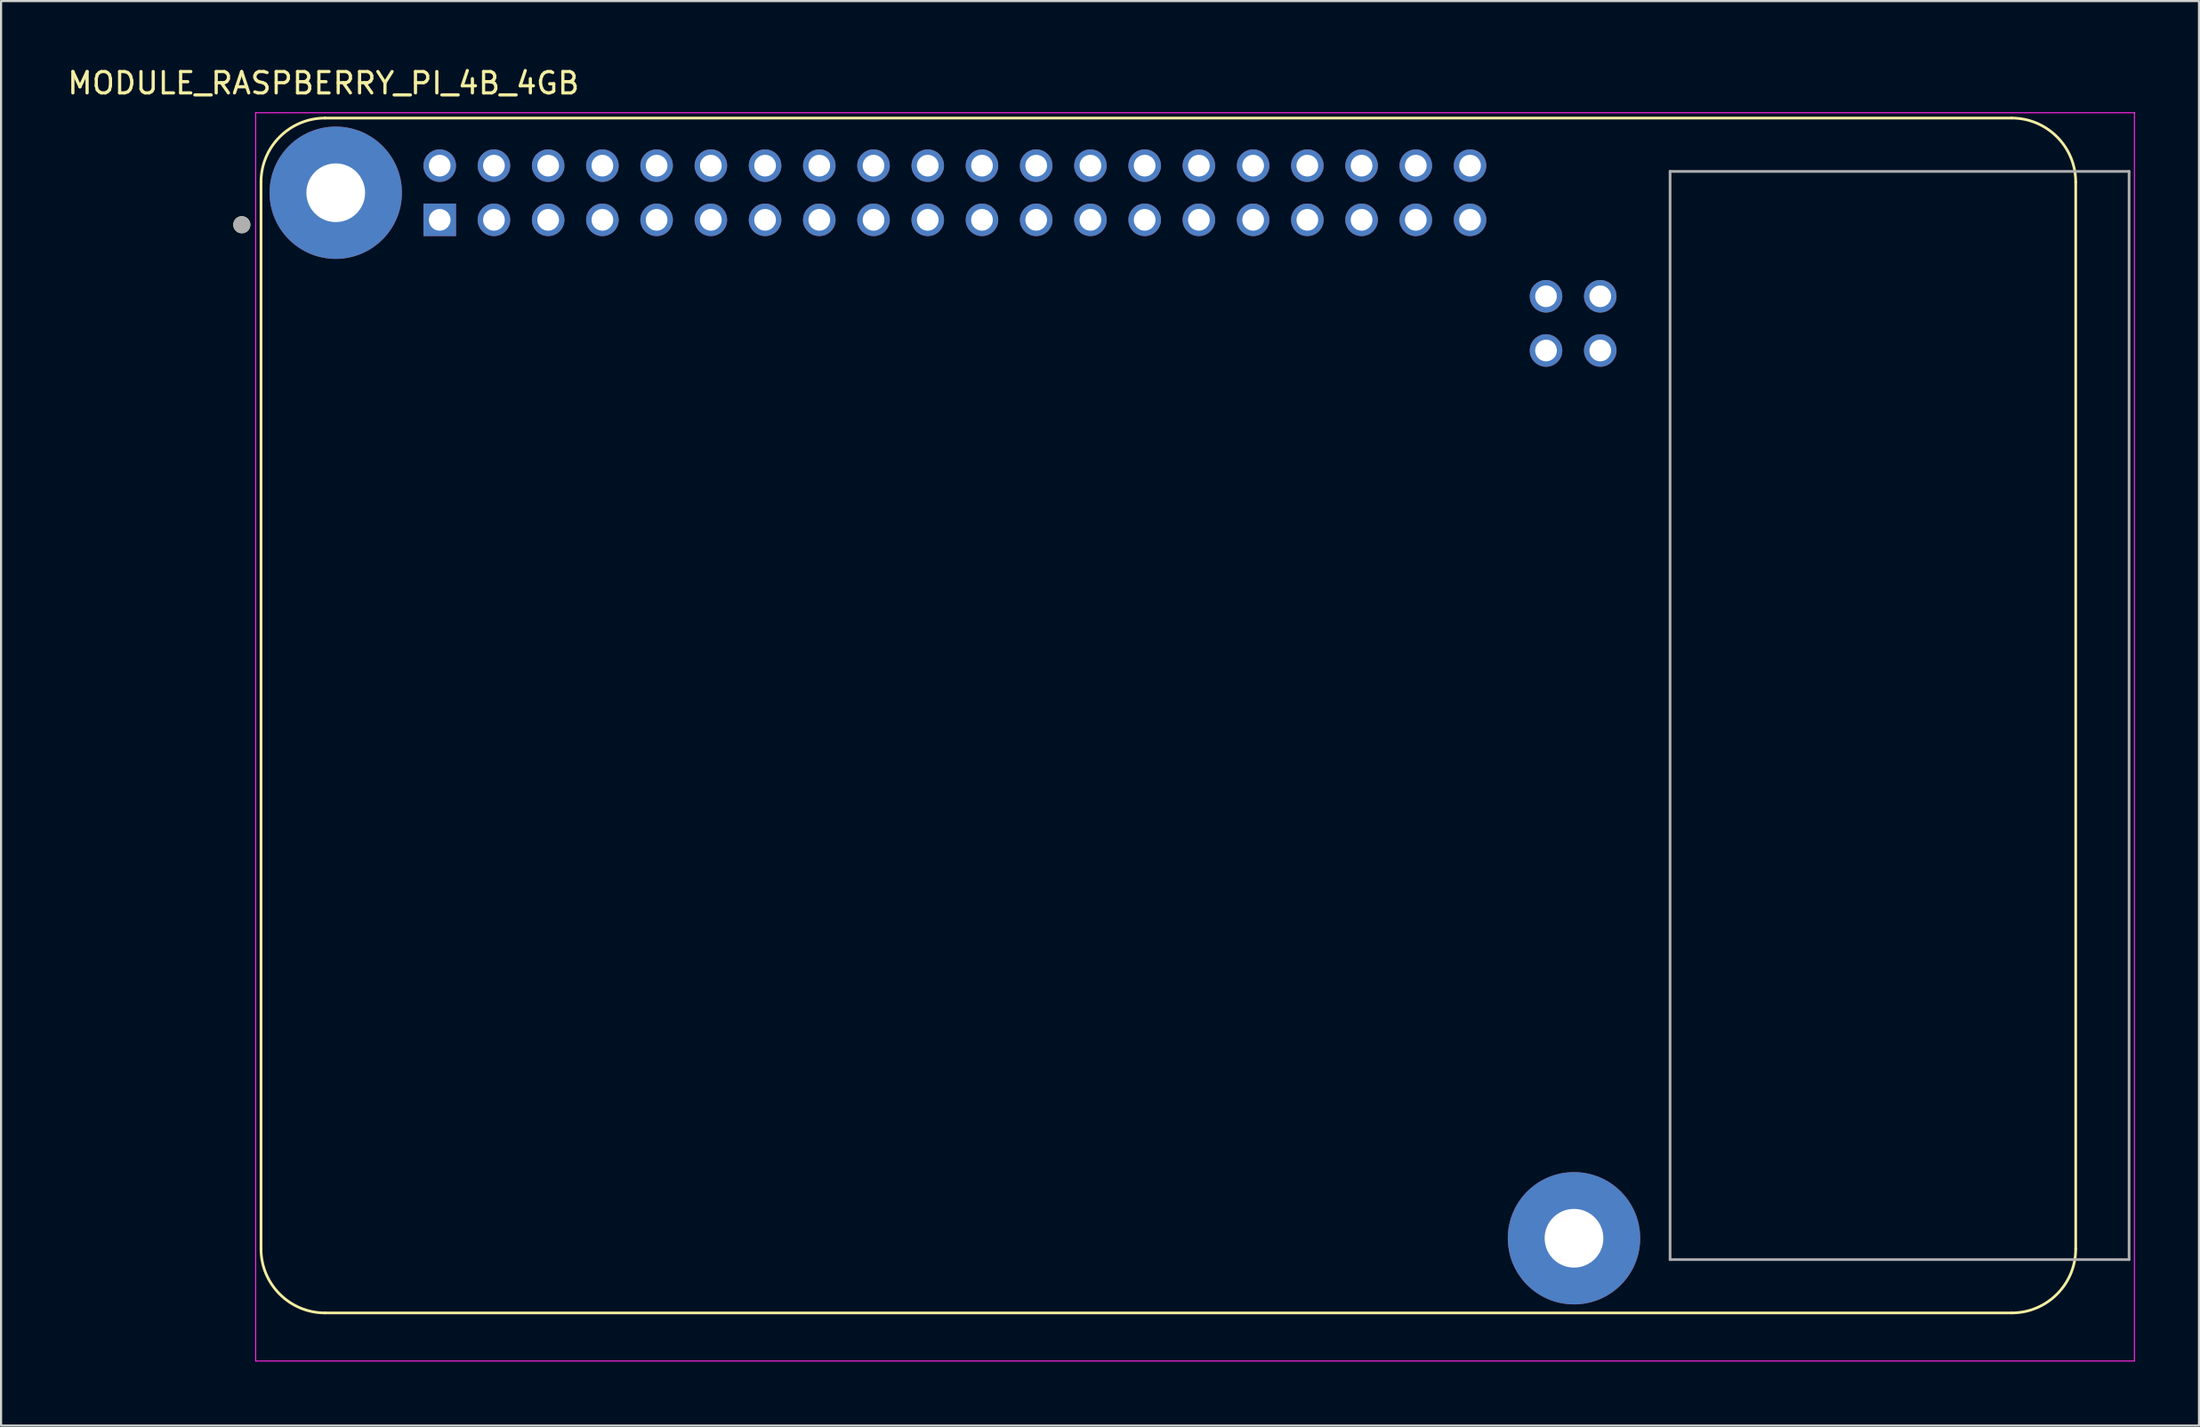
<source format=kicad_pcb>
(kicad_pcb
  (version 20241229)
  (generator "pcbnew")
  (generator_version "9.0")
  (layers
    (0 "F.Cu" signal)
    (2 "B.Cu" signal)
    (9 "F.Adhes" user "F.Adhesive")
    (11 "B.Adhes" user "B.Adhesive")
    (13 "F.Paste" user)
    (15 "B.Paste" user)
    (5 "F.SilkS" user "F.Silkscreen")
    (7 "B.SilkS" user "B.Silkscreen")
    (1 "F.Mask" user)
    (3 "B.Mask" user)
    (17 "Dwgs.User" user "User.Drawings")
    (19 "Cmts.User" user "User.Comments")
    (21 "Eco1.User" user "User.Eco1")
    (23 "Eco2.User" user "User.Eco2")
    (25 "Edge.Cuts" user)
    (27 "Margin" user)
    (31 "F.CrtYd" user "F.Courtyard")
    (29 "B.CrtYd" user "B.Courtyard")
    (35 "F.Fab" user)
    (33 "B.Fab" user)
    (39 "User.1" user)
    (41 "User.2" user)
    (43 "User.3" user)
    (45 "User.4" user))
  (footprint "MODULE_RASPBERRY_PI_4B_4GB"
    (layer "F.Cu")
    (at 51.676 30.483)
    (property "Reference" "MODULE_RASPBERRY_PI_4B_4GB" (at -39.575 -29.635 0) (layer "F.SilkS") (effects (font (size 1 1) (thickness 0.15))))
    (attr through_hole)
    (fp_line (start -42.5 -25) (end -42.5 25) (stroke (width 0.127) (type solid)) (layer "F.SilkS"))
    (fp_line (start -39.5 28) (end 39.5 28) (stroke (width 0.127) (type solid)) (layer "F.SilkS"))
    (fp_line (start 39.5 -28) (end -39.5 -28) (stroke (width 0.127) (type solid)) (layer "F.SilkS"))
    (fp_line (start 42.5 25) (end 42.5 -25) (stroke (width 0.127) (type solid)) (layer "F.SilkS"))
    (fp_arc (start -42.5 -25) (mid -41.62132 -27.12132) (end -39.5 -28) (stroke (width 0.127) (type solid)) (layer "F.SilkS"))
    (fp_arc (start -39.5 28) (mid -41.62132 27.12132) (end -42.5 25) (stroke (width 0.127) (type solid)) (layer "F.SilkS"))
    (fp_arc (start 39.5 -28) (mid 41.62132 -27.12132) (end 42.5 -25) (stroke (width 0.127) (type solid)) (layer "F.SilkS"))
    (fp_arc (start 42.5 25) (mid 41.62132 27.12132) (end 39.5 28) (stroke (width 0.127) (type solid)) (layer "F.SilkS"))
    (fp_circle (center -43.4 -23) (end -43.2 -23) (stroke (width 0.4) (type solid)) (fill no) (layer "F.SilkS"))
    (fp_line (start -42.75 -28.25) (end 45.25 -28.25) (stroke (width 0.05) (type solid)) (layer "F.CrtYd"))
    (fp_line (start -42.75 30.255) (end -42.75 -28.25) (stroke (width 0.05) (type solid)) (layer "F.CrtYd"))
    (fp_line (start 45.25 -28.25) (end 45.25 30.255) (stroke (width 0.05) (type solid)) (layer "F.CrtYd"))
    (fp_line (start 45.25 30.255) (end -42.75 30.255) (stroke (width 0.05) (type solid)) (layer "F.CrtYd"))
    (fp_line (start 23.5 -25.5) (end 23.5 25.5) (stroke (width 0.127) (type solid)) (layer "F.Fab"))
    (fp_line (start 23.5 25.5) (end 45 25.5) (stroke (width 0.127) (type solid)) (layer "F.Fab"))
    (fp_line (start 45 -25.5) (end 23.5 -25.5) (stroke (width 0.127) (type solid)) (layer "F.Fab"))
    (fp_line (start 45 25.5) (end 45 -25.5) (stroke (width 0.127) (type solid)) (layer "F.Fab"))
    (fp_circle (center -43.4 -23) (end -43.2 -23) (stroke (width 0.4) (type solid)) (fill no) (layer "F.Fab"))
    (pad "1" thru_hole rect (at -34.13 -23.23) (size 1.524 1.524) (drill 1.016) (layers "*.Cu" "*.Mask"))
    (pad "2" thru_hole circle (at -34.13 -25.77) (size 1.524 1.524) (drill 1.016) (layers "*.Cu" "*.Mask"))
    (pad "3" thru_hole circle (at -31.59 -23.23) (size 1.524 1.524) (drill 1.016) (layers "*.Cu" "*.Mask"))
    (pad "4" thru_hole circle (at -31.59 -25.77) (size 1.524 1.524) (drill 1.016) (layers "*.Cu" "*.Mask"))
    (pad "5" thru_hole circle (at -29.05 -23.23) (size 1.524 1.524) (drill 1.016) (layers "*.Cu" "*.Mask"))
    (pad "6" thru_hole circle (at -29.05 -25.77) (size 1.524 1.524) (drill 1.016) (layers "*.Cu" "*.Mask"))
    (pad "7" thru_hole circle (at -26.51 -23.23) (size 1.524 1.524) (drill 1.016) (layers "*.Cu" "*.Mask"))
    (pad "8" thru_hole circle (at -26.51 -25.77) (size 1.524 1.524) (drill 1.016) (layers "*.Cu" "*.Mask"))
    (pad "9" thru_hole circle (at -23.97 -23.23) (size 1.524 1.524) (drill 1.016) (layers "*.Cu" "*.Mask"))
    (pad "10" thru_hole circle (at -23.97 -25.77) (size 1.524 1.524) (drill 1.016) (layers "*.Cu" "*.Mask"))
    (pad "11" thru_hole circle (at -21.43 -23.23) (size 1.524 1.524) (drill 1.016) (layers "*.Cu" "*.Mask"))
    (pad "12" thru_hole circle (at -21.43 -25.77) (size 1.524 1.524) (drill 1.016) (layers "*.Cu" "*.Mask"))
    (pad "13" thru_hole circle (at -18.89 -23.23) (size 1.524 1.524) (drill 1.016) (layers "*.Cu" "*.Mask"))
    (pad "14" thru_hole circle (at -18.89 -25.77) (size 1.524 1.524) (drill 1.016) (layers "*.Cu" "*.Mask"))
    (pad "15" thru_hole circle (at -16.35 -23.23) (size 1.524 1.524) (drill 1.016) (layers "*.Cu" "*.Mask"))
    (pad "16" thru_hole circle (at -16.35 -25.77) (size 1.524 1.524) (drill 1.016) (layers "*.Cu" "*.Mask"))
    (pad "17" thru_hole circle (at -13.81 -23.23) (size 1.524 1.524) (drill 1.016) (layers "*.Cu" "*.Mask"))
    (pad "18" thru_hole circle (at -13.81 -25.77) (size 1.524 1.524) (drill 1.016) (layers "*.Cu" "*.Mask"))
    (pad "19" thru_hole circle (at -11.27 -23.23) (size 1.524 1.524) (drill 1.016) (layers "*.Cu" "*.Mask"))
    (pad "20" thru_hole circle (at -11.27 -25.77) (size 1.524 1.524) (drill 1.016) (layers "*.Cu" "*.Mask"))
    (pad "21" thru_hole circle (at -8.73 -23.23) (size 1.524 1.524) (drill 1.016) (layers "*.Cu" "*.Mask"))
    (pad "22" thru_hole circle (at -8.73 -25.77) (size 1.524 1.524) (drill 1.016) (layers "*.Cu" "*.Mask"))
    (pad "23" thru_hole circle (at -6.19 -23.23) (size 1.524 1.524) (drill 1.016) (layers "*.Cu" "*.Mask"))
    (pad "24" thru_hole circle (at -6.19 -25.77) (size 1.524 1.524) (drill 1.016) (layers "*.Cu" "*.Mask"))
    (pad "25" thru_hole circle (at -3.65 -23.23) (size 1.524 1.524) (drill 1.016) (layers "*.Cu" "*.Mask"))
    (pad "26" thru_hole circle (at -3.65 -25.77) (size 1.524 1.524) (drill 1.016) (layers "*.Cu" "*.Mask"))
    (pad "27" thru_hole circle (at -1.11 -23.23) (size 1.524 1.524) (drill 1.016) (layers "*.Cu" "*.Mask"))
    (pad "28" thru_hole circle (at -1.11 -25.77) (size 1.524 1.524) (drill 1.016) (layers "*.Cu" "*.Mask"))
    (pad "29" thru_hole circle (at 1.43 -23.23) (size 1.524 1.524) (drill 1.016) (layers "*.Cu" "*.Mask"))
    (pad "30" thru_hole circle (at 1.43 -25.77) (size 1.524 1.524) (drill 1.016) (layers "*.Cu" "*.Mask"))
    (pad "31" thru_hole circle (at 3.97 -23.23) (size 1.524 1.524) (drill 1.016) (layers "*.Cu" "*.Mask"))
    (pad "32" thru_hole circle (at 3.97 -25.77) (size 1.524 1.524) (drill 1.016) (layers "*.Cu" "*.Mask"))
    (pad "33" thru_hole circle (at 6.51 -23.23) (size 1.524 1.524) (drill 1.016) (layers "*.Cu" "*.Mask"))
    (pad "34" thru_hole circle (at 6.51 -25.77) (size 1.524 1.524) (drill 1.016) (layers "*.Cu" "*.Mask"))
    (pad "35" thru_hole circle (at 9.05 -23.23) (size 1.524 1.524) (drill 1.016) (layers "*.Cu" "*.Mask"))
    (pad "36" thru_hole circle (at 9.05 -25.77) (size 1.524 1.524) (drill 1.016) (layers "*.Cu" "*.Mask"))
    (pad "37" thru_hole circle (at 11.59 -23.23) (size 1.524 1.524) (drill 1.016) (layers "*.Cu" "*.Mask"))
    (pad "38" thru_hole circle (at 11.59 -25.77) (size 1.524 1.524) (drill 1.016) (layers "*.Cu" "*.Mask"))
    (pad "39" thru_hole circle (at 14.13 -23.23) (size 1.524 1.524) (drill 1.016) (layers "*.Cu" "*.Mask"))
    (pad "40" thru_hole circle (at 14.13 -25.77) (size 1.524 1.524) (drill 1.016) (layers "*.Cu" "*.Mask"))
    (pad "41" thru_hole circle (at 20.23 -17.107) (size 1.524 1.524) (drill 1.016) (layers "*.Cu" "*.Mask"))
    (pad "42" thru_hole circle (at 20.23 -19.647) (size 1.524 1.524) (drill 1.016) (layers "*.Cu" "*.Mask"))
    (pad "43" thru_hole circle (at 17.69 -17.107) (size 1.524 1.524) (drill 1.016) (layers "*.Cu" "*.Mask"))
    (pad "44" thru_hole circle (at 17.69 -19.647) (size 1.524 1.524) (drill 1.016) (layers "*.Cu" "*.Mask"))
    (pad "S1" thru_hole circle (at -39 -24.5) (size 6.2 6.2) (drill 2.75) (layers "*.Cu" "*.Mask"))
    (pad "S3" thru_hole circle (at 19 24.5) (size 6.2 6.2) (drill 2.75) (layers "*.Cu" "*.Mask")))
  (gr_rect
    (start -3 -3)
    (end 99.951 63.763)
    (stroke (width 0.1) (type default))
    (fill no)
    (layer "Edge.Cuts")))
</source>
